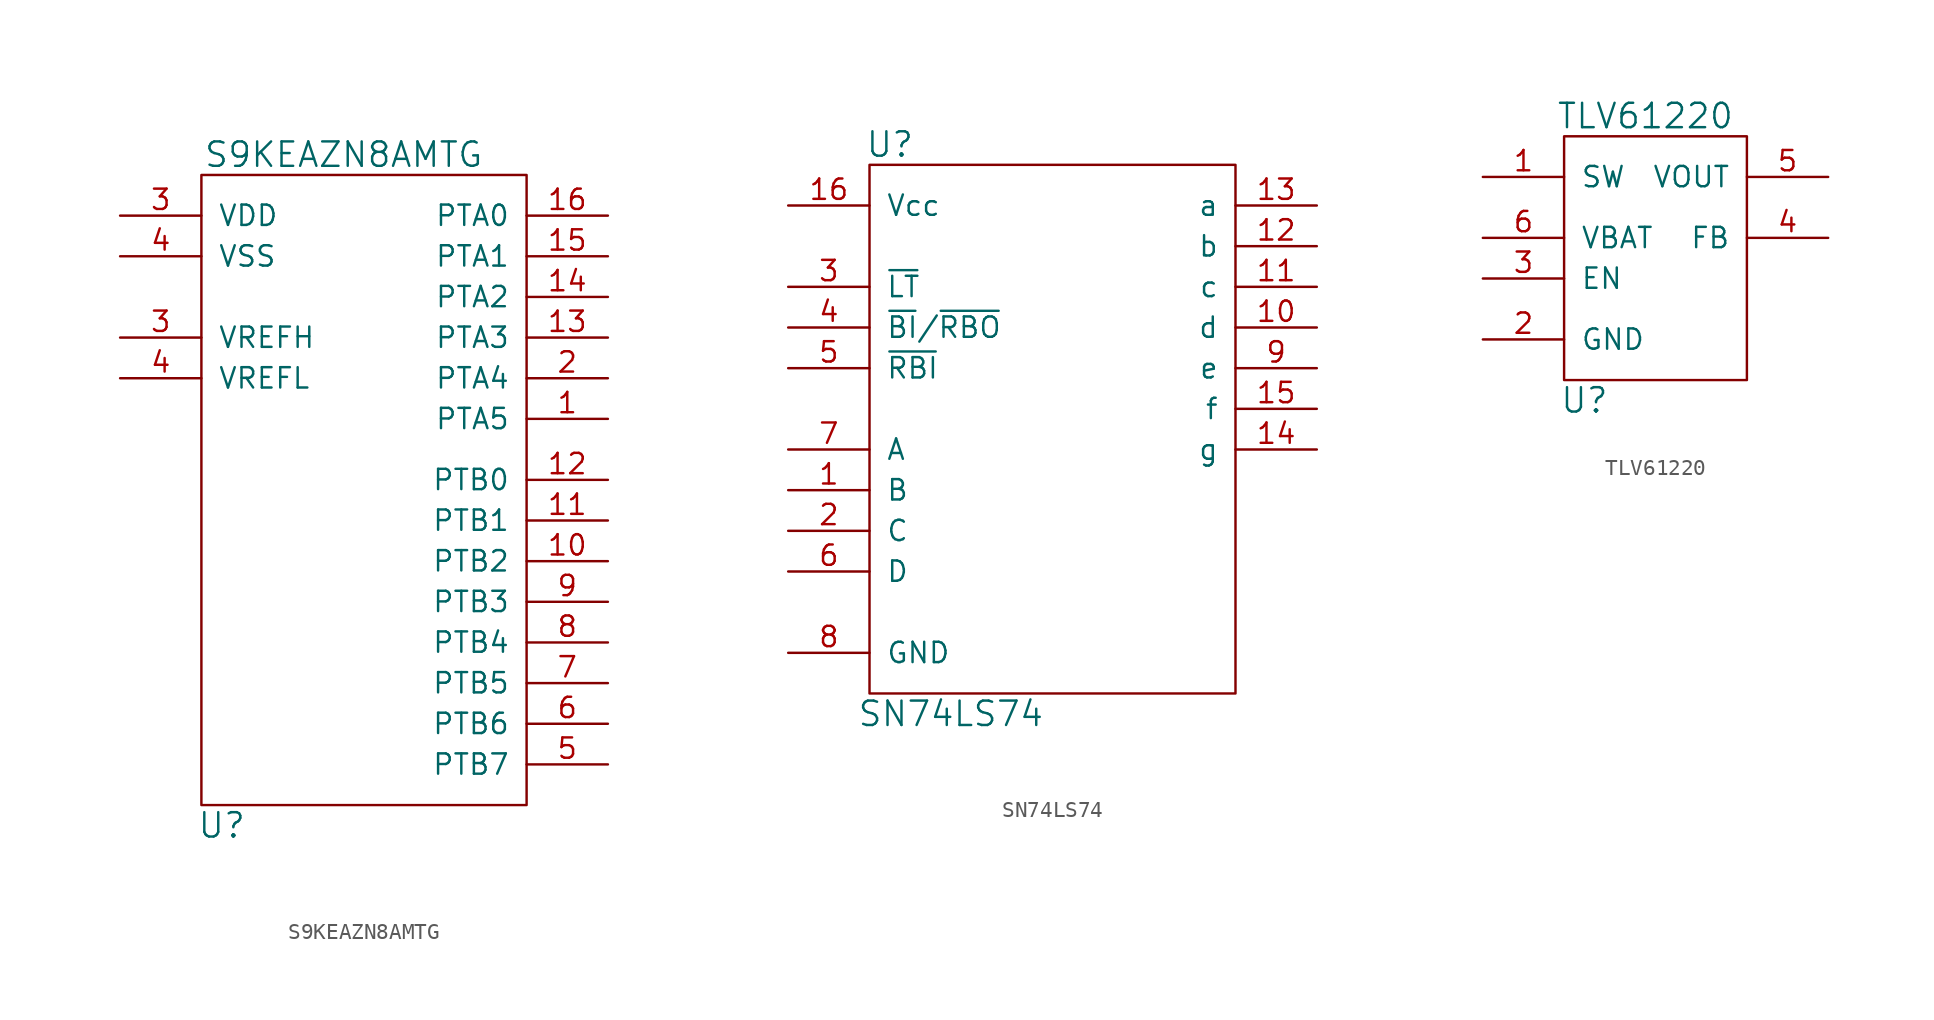
<source format=kicad_sym>
(kicad_symbol_lib
  (version 20211014)
  (generator kicad_symbol_editor)
  (symbol "S9KEAZN8AMTG"
    (pin_names
      (offset 1.016))
    (property "Reference" "U"
      (at -8.89 -30.48 0)
      (effects (font (size 1.524 1.524))))
    (property "Value" "S9KEAZN8AMTG"
      (at -1.27 11.43 0)
      (effects (font (size 1.524 1.524))))
    (property "Footprint" ""
      (at 0 0 0)
      (effects (font (size 1.524 1.524))))
    (property "Datasheet" ""
      (at 0 0 0)
      (effects (font (size 1.524 1.524))))
    (symbol "S9KEAZN8AMTG_0_1"
      (rectangle (start -10.16 10.16) (end 10.16 -29.21) (stroke (width 0) (type default) (color 0 0 0 0)) (fill (type none))))
    (symbol "S9KEAZN8AMTG_1_1"
      (pin input line (at 15.24 -5.08 180) (length 5.08) (name "PTA5" (effects (font (size 1.27 1.27)))) (number "1" (effects (font (size 1.27 1.27)))))
      (pin input line (at 15.24 -13.97 180) (length 5.08) (name "PTB2" (effects (font (size 1.27 1.27)))) (number "10" (effects (font (size 1.27 1.27)))))
      (pin input line (at 15.24 -11.43 180) (length 5.08) (name "PTB1" (effects (font (size 1.27 1.27)))) (number "11" (effects (font (size 1.27 1.27)))))
      (pin input line (at 15.24 -8.89 180) (length 5.08) (name "PTB0" (effects (font (size 1.27 1.27)))) (number "12" (effects (font (size 1.27 1.27)))))
      (pin input line (at 15.24 0 180) (length 5.08) (name "PTA3" (effects (font (size 1.27 1.27)))) (number "13" (effects (font (size 1.27 1.27)))))
      (pin input line (at 15.24 2.54 180) (length 5.08) (name "PTA2" (effects (font (size 1.27 1.27)))) (number "14" (effects (font (size 1.27 1.27)))))
      (pin input line (at 15.24 5.08 180) (length 5.08) (name "PTA1" (effects (font (size 1.27 1.27)))) (number "15" (effects (font (size 1.27 1.27)))))
      (pin input line (at 15.24 7.62 180) (length 5.08) (name "PTA0" (effects (font (size 1.27 1.27)))) (number "16" (effects (font (size 1.27 1.27)))))
      (pin input line (at 15.24 -2.54 180) (length 5.08) (name "PTA4" (effects (font (size 1.27 1.27)))) (number "2" (effects (font (size 1.27 1.27)))))
      (pin input line (at -15.24 7.62 0) (length 5.08) (name "VDD" (effects (font (size 1.27 1.27)))) (number "3" (effects (font (size 1.27 1.27)))))
      (pin input line (at -15.24 0 0) (length 5.08) (name "VREFH" (effects (font (size 1.27 1.27)))) (number "3" (effects (font (size 1.27 1.27)))))
      (pin input line (at -15.24 -2.54 0) (length 5.08) (name "VREFL" (effects (font (size 1.27 1.27)))) (number "4" (effects (font (size 1.27 1.27)))))
      (pin input line (at -15.24 5.08 0) (length 5.08) (name "VSS" (effects (font (size 1.27 1.27)))) (number "4" (effects (font (size 1.27 1.27)))))
      (pin input line (at 15.24 -26.67 180) (length 5.08) (name "PTB7" (effects (font (size 1.27 1.27)))) (number "5" (effects (font (size 1.27 1.27)))))
      (pin input line (at 15.24 -24.13 180) (length 5.08) (name "PTB6" (effects (font (size 1.27 1.27)))) (number "6" (effects (font (size 1.27 1.27)))))
      (pin input line (at 15.24 -21.59 180) (length 5.08) (name "PTB5" (effects (font (size 1.27 1.27)))) (number "7" (effects (font (size 1.27 1.27)))))
      (pin input line (at 15.24 -19.05 180) (length 5.08) (name "PTB4" (effects (font (size 1.27 1.27)))) (number "8" (effects (font (size 1.27 1.27)))))
      (pin input line (at 15.24 -16.51 180) (length 5.08) (name "PTB3" (effects (font (size 1.27 1.27)))) (number "9" (effects (font (size 1.27 1.27)))))))
  (symbol "SN74LS74"
    (pin_names
      (offset 1.016))
    (property "Reference" "U"
      (at -10.16 21.59 0)
      (effects (font (size 1.524 1.524))))
    (property "Value" "SN74LS74"
      (at -6.35 -13.97 0)
      (effects (font (size 1.524 1.524))))
    (property "Footprint" ""
      (at 0 0 0)
      (effects (font (size 1.524 1.524))))
    (property "Datasheet" ""
      (at 0 0 0)
      (effects (font (size 1.524 1.524))))
    (symbol "SN74LS74_0_1"
      (rectangle (start -11.43 20.32) (end 11.43 -12.7) (stroke (width 0) (type default) (color 0 0 0 0)) (fill (type none))))
    (symbol "SN74LS74_1_1"
      (pin input line (at -16.51 0 0) (length 5.08) (name "B" (effects (font (size 1.27 1.27)))) (number "1" (effects (font (size 1.27 1.27)))))
      (pin input line (at 16.51 10.16 180) (length 5.08) (name "d" (effects (font (size 1.27 1.27)))) (number "10" (effects (font (size 1.27 1.27)))))
      (pin input line (at 16.51 12.7 180) (length 5.08) (name "c" (effects (font (size 1.27 1.27)))) (number "11" (effects (font (size 1.27 1.27)))))
      (pin input line (at 16.51 15.24 180) (length 5.08) (name "b" (effects (font (size 1.27 1.27)))) (number "12" (effects (font (size 1.27 1.27)))))
      (pin input line (at 16.51 17.78 180) (length 5.08) (name "a" (effects (font (size 1.27 1.27)))) (number "13" (effects (font (size 1.27 1.27)))))
      (pin input line (at 16.51 2.54 180) (length 5.08) (name "g" (effects (font (size 1.27 1.27)))) (number "14" (effects (font (size 1.27 1.27)))))
      (pin input line (at 16.51 5.08 180) (length 5.08) (name "f" (effects (font (size 1.27 1.27)))) (number "15" (effects (font (size 1.27 1.27)))))
      (pin input line (at -16.51 17.78 0) (length 5.08) (name "Vcc" (effects (font (size 1.27 1.27)))) (number "16" (effects (font (size 1.27 1.27)))))
      (pin input line (at -16.51 -2.54 0) (length 5.08) (name "C" (effects (font (size 1.27 1.27)))) (number "2" (effects (font (size 1.27 1.27)))))
      (pin input line (at -16.51 12.7 0) (length 5.08) (name "~{LT}" (effects (font (size 1.27 1.27)))) (number "3" (effects (font (size 1.27 1.27)))))
      (pin input line (at -16.51 10.16 0) (length 5.08) (name "~{BI}/~{RBO}" (effects (font (size 1.27 1.27)))) (number "4" (effects (font (size 1.27 1.27)))))
      (pin input line (at -16.51 7.62 0) (length 5.08) (name "~{RBI}" (effects (font (size 1.27 1.27)))) (number "5" (effects (font (size 1.27 1.27)))))
      (pin input line (at -16.51 -5.08 0) (length 5.08) (name "D" (effects (font (size 1.27 1.27)))) (number "6" (effects (font (size 1.27 1.27)))))
      (pin input line (at -16.51 2.54 0) (length 5.08) (name "A" (effects (font (size 1.27 1.27)))) (number "7" (effects (font (size 1.27 1.27)))))
      (pin input line (at -16.51 -10.16 0) (length 5.08) (name "GND" (effects (font (size 1.27 1.27)))) (number "8" (effects (font (size 1.27 1.27)))))
      (pin input line (at 16.51 7.62 180) (length 5.08) (name "e" (effects (font (size 1.27 1.27)))) (number "9" (effects (font (size 1.27 1.27)))))))
  (symbol "TLV61220"
    (pin_names
      (offset 1.016))
    (property "Reference" "U"
      (at 1.27 -16.51 0)
      (effects (font (size 1.524 1.524))))
    (property "Value" "TLV61220"
      (at 5.08 1.27 0)
      (effects (font (size 1.524 1.524))))
    (property "Footprint" ""
      (at 7.62 -6.35 0)
      (effects (font (size 1.524 1.524))))
    (property "Datasheet" ""
      (at 7.62 -6.35 0)
      (effects (font (size 1.524 1.524))))
    (symbol "TLV61220_0_1"
      (rectangle (start 0 0) (end 11.43 -15.24) (stroke (width 0) (type default) (color 0 0 0 0)) (fill (type none))))
    (symbol "TLV61220_1_1"
      (pin input line (at -5.08 -2.54 0) (length 5.08) (name "SW" (effects (font (size 1.27 1.27)))) (number "1" (effects (font (size 1.27 1.27)))))
      (pin input line (at -5.08 -12.7 0) (length 5.08) (name "GND" (effects (font (size 1.27 1.27)))) (number "2" (effects (font (size 1.27 1.27)))))
      (pin input line (at -5.08 -8.89 0) (length 5.08) (name "EN" (effects (font (size 1.27 1.27)))) (number "3" (effects (font (size 1.27 1.27)))))
      (pin input line (at 16.51 -6.35 180) (length 5.08) (name "FB" (effects (font (size 1.27 1.27)))) (number "4" (effects (font (size 1.27 1.27)))))
      (pin input line (at 16.51 -2.54 180) (length 5.08) (name "VOUT" (effects (font (size 1.27 1.27)))) (number "5" (effects (font (size 1.27 1.27)))))
      (pin input line (at -5.08 -6.35 0) (length 5.08) (name "VBAT" (effects (font (size 1.27 1.27)))) (number "6" (effects (font (size 1.27 1.27))))))))
</source>
